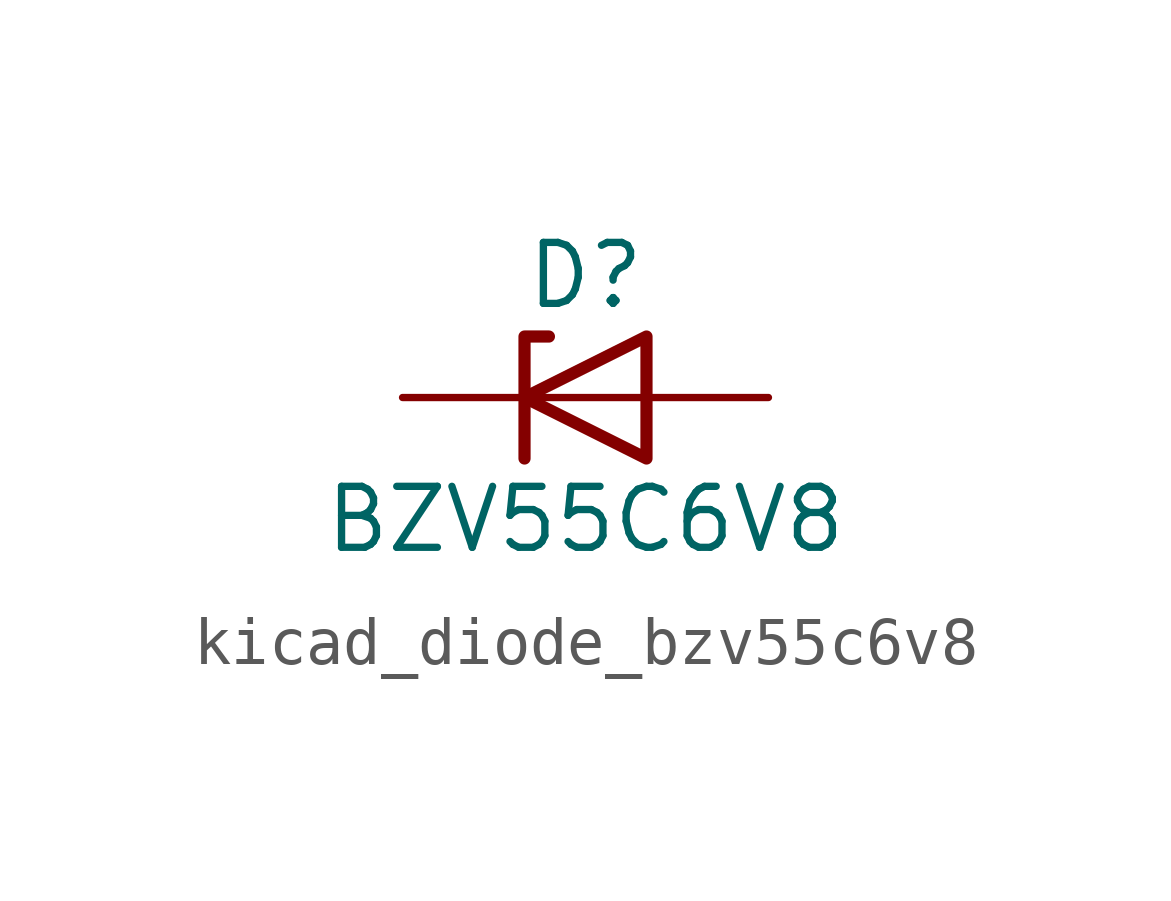
<source format=kicad_sym>
(kicad_symbol_lib
  (version 20220914)
  (generator kicad_symbol_editor)
  (symbol "kicad_diode_bzv55c6v8"
    (pin_numbers hide)
    (pin_names hide)
    (property "Reference" "D"
      (at 0 2.54 0)
      (effects (font (size 1.27 1.27))))
    (property "Value" "BZV55C6V8"
      (at 0 -2.54 0)
      (effects (font (size 1.27 1.27))))
    (symbol "kicad_diode_bzv55c6v8_0_1"
      (polyline (pts (xy 1.27 0) (xy -1.27 0)) (stroke (width 0) (type default)) (fill (type none)))
      (polyline (pts (xy -1.27 -1.27) (xy -1.27 1.27) (xy -0.762 1.27)) (stroke (width 0.254) (type default)) (fill (type none)))
      (polyline (pts (xy 1.27 -1.27) (xy 1.27 1.27) (xy -1.27 0) (xy 1.27 -1.27)) (stroke (width 0.254) (type default)) (fill (type none))))
    (symbol "kicad_diode_bzv55c6v8_1_1"
      (pin passive line (at -3.81 0 0) (length 2.54) (name "K" (effects (font (size 1.27 1.27)))) (number "1" (effects (font (size 1.27 1.27)))))
      (pin passive line (at 3.81 0 180) (length 2.54) (name "A" (effects (font (size 1.27 1.27)))) (number "2" (effects (font (size 1.27 1.27))))))))
</source>
